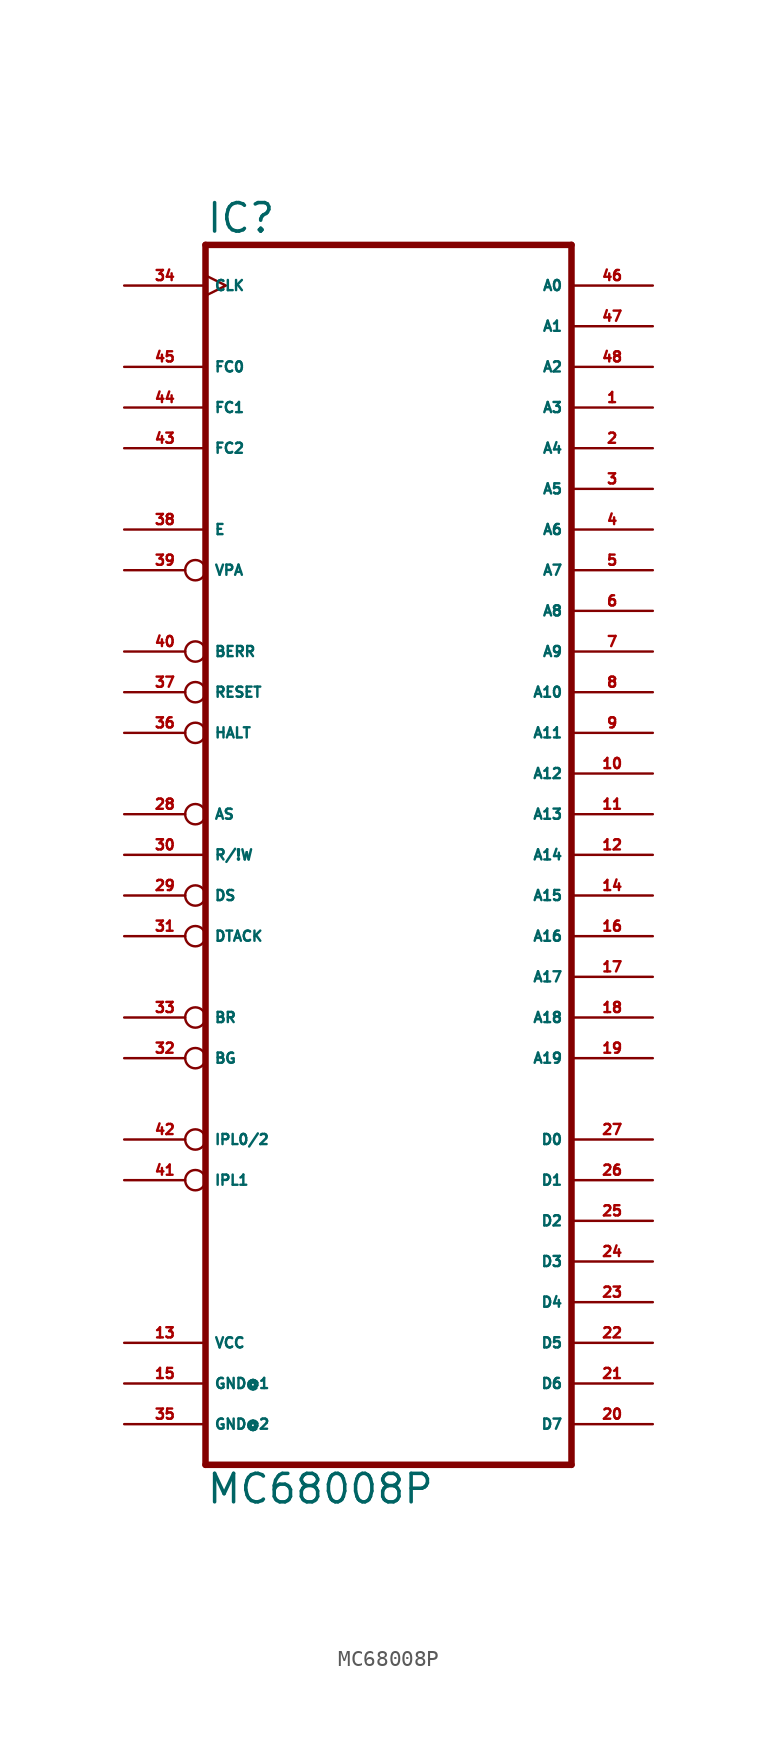
<source format=kicad_sym>
(kicad_symbol_lib
  (version 20220914)
  (generator Eagle2Kicad)
  (symbol "MC68008P"
    (property "Reference" "IC"
      (at -15.24 38.735 0)
      (effects (font (size 1.778 1.778) (thickness 0.22)) (justify left bottom)))
    (property "Value" "MC68008P"
      (at -15.24 -40.64 0)
      (effects (font (size 1.778 1.778) (thickness 0.22)) (justify left bottom)))
    (polyline
      (pts (xy -15.24 -38.1) (xy 7.62 -38.1))
      (stroke (width 0.406) (type default))
      (fill (type none)))
    (polyline
      (pts (xy 7.62 -38.1) (xy 7.62 38.1))
      (stroke (width 0.406) (type default))
      (fill (type none)))
    (polyline
      (pts (xy 7.62 38.1) (xy -15.24 38.1))
      (stroke (width 0.406) (type default))
      (fill (type none)))
    (polyline
      (pts (xy -15.24 38.1) (xy -15.24 -38.1))
      (stroke (width 0.406) (type default))
      (fill (type none)))
    (pin output line
      (at 12.7 30.48 180)
      (length 5.08)
      (name "A2" (effects (font (size 0.635 0.635) (thickness 0.08)) (justify left bottom)))
      (number "48" (effects (font (size 0.635 0.635) (thickness 0.08)) (justify left bottom))))
    (pin output line
      (at 12.7 27.94 180)
      (length 5.08)
      (name "A3" (effects (font (size 0.635 0.635) (thickness 0.08)) (justify left bottom)))
      (number "1" (effects (font (size 0.635 0.635) (thickness 0.08)) (justify left bottom))))
    (pin output line
      (at 12.7 25.4 180)
      (length 5.08)
      (name "A4" (effects (font (size 0.635 0.635) (thickness 0.08)) (justify left bottom)))
      (number "2" (effects (font (size 0.635 0.635) (thickness 0.08)) (justify left bottom))))
    (pin output line
      (at 12.7 22.86 180)
      (length 5.08)
      (name "A5" (effects (font (size 0.635 0.635) (thickness 0.08)) (justify left bottom)))
      (number "3" (effects (font (size 0.635 0.635) (thickness 0.08)) (justify left bottom))))
    (pin output line
      (at 12.7 20.32 180)
      (length 5.08)
      (name "A6" (effects (font (size 0.635 0.635) (thickness 0.08)) (justify left bottom)))
      (number "4" (effects (font (size 0.635 0.635) (thickness 0.08)) (justify left bottom))))
    (pin output line
      (at 12.7 17.78 180)
      (length 5.08)
      (name "A7" (effects (font (size 0.635 0.635) (thickness 0.08)) (justify left bottom)))
      (number "5" (effects (font (size 0.635 0.635) (thickness 0.08)) (justify left bottom))))
    (pin output line
      (at 12.7 15.24 180)
      (length 5.08)
      (name "A8" (effects (font (size 0.635 0.635) (thickness 0.08)) (justify left bottom)))
      (number "6" (effects (font (size 0.635 0.635) (thickness 0.08)) (justify left bottom))))
    (pin output line
      (at 12.7 12.7 180)
      (length 5.08)
      (name "A9" (effects (font (size 0.635 0.635) (thickness 0.08)) (justify left bottom)))
      (number "7" (effects (font (size 0.635 0.635) (thickness 0.08)) (justify left bottom))))
    (pin output line
      (at 12.7 10.16 180)
      (length 5.08)
      (name "A10" (effects (font (size 0.635 0.635) (thickness 0.08)) (justify left bottom)))
      (number "8" (effects (font (size 0.635 0.635) (thickness 0.08)) (justify left bottom))))
    (pin output line
      (at 12.7 7.62 180)
      (length 5.08)
      (name "A11" (effects (font (size 0.635 0.635) (thickness 0.08)) (justify left bottom)))
      (number "9" (effects (font (size 0.635 0.635) (thickness 0.08)) (justify left bottom))))
    (pin output line
      (at 12.7 5.08 180)
      (length 5.08)
      (name "A12" (effects (font (size 0.635 0.635) (thickness 0.08)) (justify left bottom)))
      (number "10" (effects (font (size 0.635 0.635) (thickness 0.08)) (justify left bottom))))
    (pin output line
      (at 12.7 2.54 180)
      (length 5.08)
      (name "A13" (effects (font (size 0.635 0.635) (thickness 0.08)) (justify left bottom)))
      (number "11" (effects (font (size 0.635 0.635) (thickness 0.08)) (justify left bottom))))
    (pin output line
      (at 12.7 0 180)
      (length 5.08)
      (name "A14" (effects (font (size 0.635 0.635) (thickness 0.08)) (justify left bottom)))
      (number "12" (effects (font (size 0.635 0.635) (thickness 0.08)) (justify left bottom))))
    (pin output line
      (at 12.7 -2.54 180)
      (length 5.08)
      (name "A15" (effects (font (size 0.635 0.635) (thickness 0.08)) (justify left bottom)))
      (number "14" (effects (font (size 0.635 0.635) (thickness 0.08)) (justify left bottom))))
    (pin output line
      (at 12.7 -5.08 180)
      (length 5.08)
      (name "A16" (effects (font (size 0.635 0.635) (thickness 0.08)) (justify left bottom)))
      (number "16" (effects (font (size 0.635 0.635) (thickness 0.08)) (justify left bottom))))
    (pin output line
      (at 12.7 -7.62 180)
      (length 5.08)
      (name "A17" (effects (font (size 0.635 0.635) (thickness 0.08)) (justify left bottom)))
      (number "17" (effects (font (size 0.635 0.635) (thickness 0.08)) (justify left bottom))))
    (pin output line
      (at 12.7 -10.16 180)
      (length 5.08)
      (name "A18" (effects (font (size 0.635 0.635) (thickness 0.08)) (justify left bottom)))
      (number "18" (effects (font (size 0.635 0.635) (thickness 0.08)) (justify left bottom))))
    (pin output line
      (at 12.7 -12.7 180)
      (length 5.08)
      (name "A19" (effects (font (size 0.635 0.635) (thickness 0.08)) (justify left bottom)))
      (number "19" (effects (font (size 0.635 0.635) (thickness 0.08)) (justify left bottom))))
    (pin bidirectional line
      (at 12.7 -35.56 180)
      (length 5.08)
      (name "D7" (effects (font (size 0.635 0.635) (thickness 0.08)) (justify left bottom)))
      (number "20" (effects (font (size 0.635 0.635) (thickness 0.08)) (justify left bottom))))
    (pin bidirectional line
      (at 12.7 -33.02 180)
      (length 5.08)
      (name "D6" (effects (font (size 0.635 0.635) (thickness 0.08)) (justify left bottom)))
      (number "21" (effects (font (size 0.635 0.635) (thickness 0.08)) (justify left bottom))))
    (pin bidirectional line
      (at 12.7 -30.48 180)
      (length 5.08)
      (name "D5" (effects (font (size 0.635 0.635) (thickness 0.08)) (justify left bottom)))
      (number "22" (effects (font (size 0.635 0.635) (thickness 0.08)) (justify left bottom))))
    (pin bidirectional line
      (at 12.7 -27.94 180)
      (length 5.08)
      (name "D4" (effects (font (size 0.635 0.635) (thickness 0.08)) (justify left bottom)))
      (number "23" (effects (font (size 0.635 0.635) (thickness 0.08)) (justify left bottom))))
    (pin bidirectional line
      (at 12.7 -25.4 180)
      (length 5.08)
      (name "D3" (effects (font (size 0.635 0.635) (thickness 0.08)) (justify left bottom)))
      (number "24" (effects (font (size 0.635 0.635) (thickness 0.08)) (justify left bottom))))
    (pin bidirectional line
      (at 12.7 -22.86 180)
      (length 5.08)
      (name "D2" (effects (font (size 0.635 0.635) (thickness 0.08)) (justify left bottom)))
      (number "25" (effects (font (size 0.635 0.635) (thickness 0.08)) (justify left bottom))))
    (pin bidirectional line
      (at 12.7 -20.32 180)
      (length 5.08)
      (name "D1" (effects (font (size 0.635 0.635) (thickness 0.08)) (justify left bottom)))
      (number "26" (effects (font (size 0.635 0.635) (thickness 0.08)) (justify left bottom))))
    (pin bidirectional line
      (at 12.7 -17.78 180)
      (length 5.08)
      (name "D0" (effects (font (size 0.635 0.635) (thickness 0.08)) (justify left bottom)))
      (number "27" (effects (font (size 0.635 0.635) (thickness 0.08)) (justify left bottom))))
    (pin output inverted
      (at -20.32 2.54 0)
      (length 5.08)
      (name "AS" (effects (font (size 0.635 0.635) (thickness 0.08)) (justify left bottom)))
      (number "28" (effects (font (size 0.635 0.635) (thickness 0.08)) (justify left bottom))))
    (pin output inverted
      (at -20.32 -2.54 0)
      (length 5.08)
      (name "DS" (effects (font (size 0.635 0.635) (thickness 0.08)) (justify left bottom)))
      (number "29" (effects (font (size 0.635 0.635) (thickness 0.08)) (justify left bottom))))
    (pin output line
      (at -20.32 0 0)
      (length 5.08)
      (name "R/!W" (effects (font (size 0.635 0.635) (thickness 0.08)) (justify left bottom)))
      (number "30" (effects (font (size 0.635 0.635) (thickness 0.08)) (justify left bottom))))
    (pin input inverted
      (at -20.32 -5.08 0)
      (length 5.08)
      (name "DTACK" (effects (font (size 0.635 0.635) (thickness 0.08)) (justify left bottom)))
      (number "31" (effects (font (size 0.635 0.635) (thickness 0.08)) (justify left bottom))))
    (pin output inverted
      (at -20.32 -12.7 0)
      (length 5.08)
      (name "BG" (effects (font (size 0.635 0.635) (thickness 0.08)) (justify left bottom)))
      (number "32" (effects (font (size 0.635 0.635) (thickness 0.08)) (justify left bottom))))
    (pin input inverted
      (at -20.32 -10.16 0)
      (length 5.08)
      (name "BR" (effects (font (size 0.635 0.635) (thickness 0.08)) (justify left bottom)))
      (number "33" (effects (font (size 0.635 0.635) (thickness 0.08)) (justify left bottom))))
    (pin input clock
      (at -20.32 35.56 0)
      (length 5.08)
      (name "CLK" (effects (font (size 0.635 0.635) (thickness 0.08)) (justify left bottom)))
      (number "34" (effects (font (size 0.635 0.635) (thickness 0.08)) (justify left bottom))))
    (pin bidirectional inverted
      (at -20.32 7.62 0)
      (length 5.08)
      (name "HALT" (effects (font (size 0.635 0.635) (thickness 0.08)) (justify left bottom)))
      (number "36" (effects (font (size 0.635 0.635) (thickness 0.08)) (justify left bottom))))
    (pin bidirectional inverted
      (at -20.32 10.16 0)
      (length 5.08)
      (name "RESET" (effects (font (size 0.635 0.635) (thickness 0.08)) (justify left bottom)))
      (number "37" (effects (font (size 0.635 0.635) (thickness 0.08)) (justify left bottom))))
    (pin output line
      (at -20.32 20.32 0)
      (length 5.08)
      (name "E" (effects (font (size 0.635 0.635) (thickness 0.08)) (justify left bottom)))
      (number "38" (effects (font (size 0.635 0.635) (thickness 0.08)) (justify left bottom))))
    (pin input inverted
      (at -20.32 17.78 0)
      (length 5.08)
      (name "VPA" (effects (font (size 0.635 0.635) (thickness 0.08)) (justify left bottom)))
      (number "39" (effects (font (size 0.635 0.635) (thickness 0.08)) (justify left bottom))))
    (pin input inverted
      (at -20.32 12.7 0)
      (length 5.08)
      (name "BERR" (effects (font (size 0.635 0.635) (thickness 0.08)) (justify left bottom)))
      (number "40" (effects (font (size 0.635 0.635) (thickness 0.08)) (justify left bottom))))
    (pin input inverted
      (at -20.32 -20.32 0)
      (length 5.08)
      (name "IPL1" (effects (font (size 0.635 0.635) (thickness 0.08)) (justify left bottom)))
      (number "41" (effects (font (size 0.635 0.635) (thickness 0.08)) (justify left bottom))))
    (pin input inverted
      (at -20.32 -17.78 0)
      (length 5.08)
      (name "IPL0/2" (effects (font (size 0.635 0.635) (thickness 0.08)) (justify left bottom)))
      (number "42" (effects (font (size 0.635 0.635) (thickness 0.08)) (justify left bottom))))
    (pin output line
      (at -20.32 25.4 0)
      (length 5.08)
      (name "FC2" (effects (font (size 0.635 0.635) (thickness 0.08)) (justify left bottom)))
      (number "43" (effects (font (size 0.635 0.635) (thickness 0.08)) (justify left bottom))))
    (pin output line
      (at -20.32 27.94 0)
      (length 5.08)
      (name "FC1" (effects (font (size 0.635 0.635) (thickness 0.08)) (justify left bottom)))
      (number "44" (effects (font (size 0.635 0.635) (thickness 0.08)) (justify left bottom))))
    (pin output line
      (at -20.32 30.48 0)
      (length 5.08)
      (name "FC0" (effects (font (size 0.635 0.635) (thickness 0.08)) (justify left bottom)))
      (number "45" (effects (font (size 0.635 0.635) (thickness 0.08)) (justify left bottom))))
    (pin output line
      (at 12.7 35.56 180)
      (length 5.08)
      (name "A0" (effects (font (size 0.635 0.635) (thickness 0.08)) (justify left bottom)))
      (number "46" (effects (font (size 0.635 0.635) (thickness 0.08)) (justify left bottom))))
    (pin output line
      (at 12.7 33.02 180)
      (length 5.08)
      (name "A1" (effects (font (size 0.635 0.635) (thickness 0.08)) (justify left bottom)))
      (number "47" (effects (font (size 0.635 0.635) (thickness 0.08)) (justify left bottom))))
    (pin unspecified line
      (at -20.32 -30.48 0)
      (length 5.08)
      (name "VCC" (effects (font (size 0.635 0.635) (thickness 0.08)) (justify left bottom)))
      (number "13" (effects (font (size 0.635 0.635) (thickness 0.08)) (justify left bottom))))
    (pin unspecified line
      (at -20.32 -33.02 0)
      (length 5.08)
      (name "GND@1" (effects (font (size 0.635 0.635) (thickness 0.08)) (justify left bottom)))
      (number "15" (effects (font (size 0.635 0.635) (thickness 0.08)) (justify left bottom))))
    (pin unspecified line
      (at -20.32 -35.56 0)
      (length 5.08)
      (name "GND@2" (effects (font (size 0.635 0.635) (thickness 0.08)) (justify left bottom)))
      (number "35" (effects (font (size 0.635 0.635) (thickness 0.08)) (justify left bottom))))))
</source>
